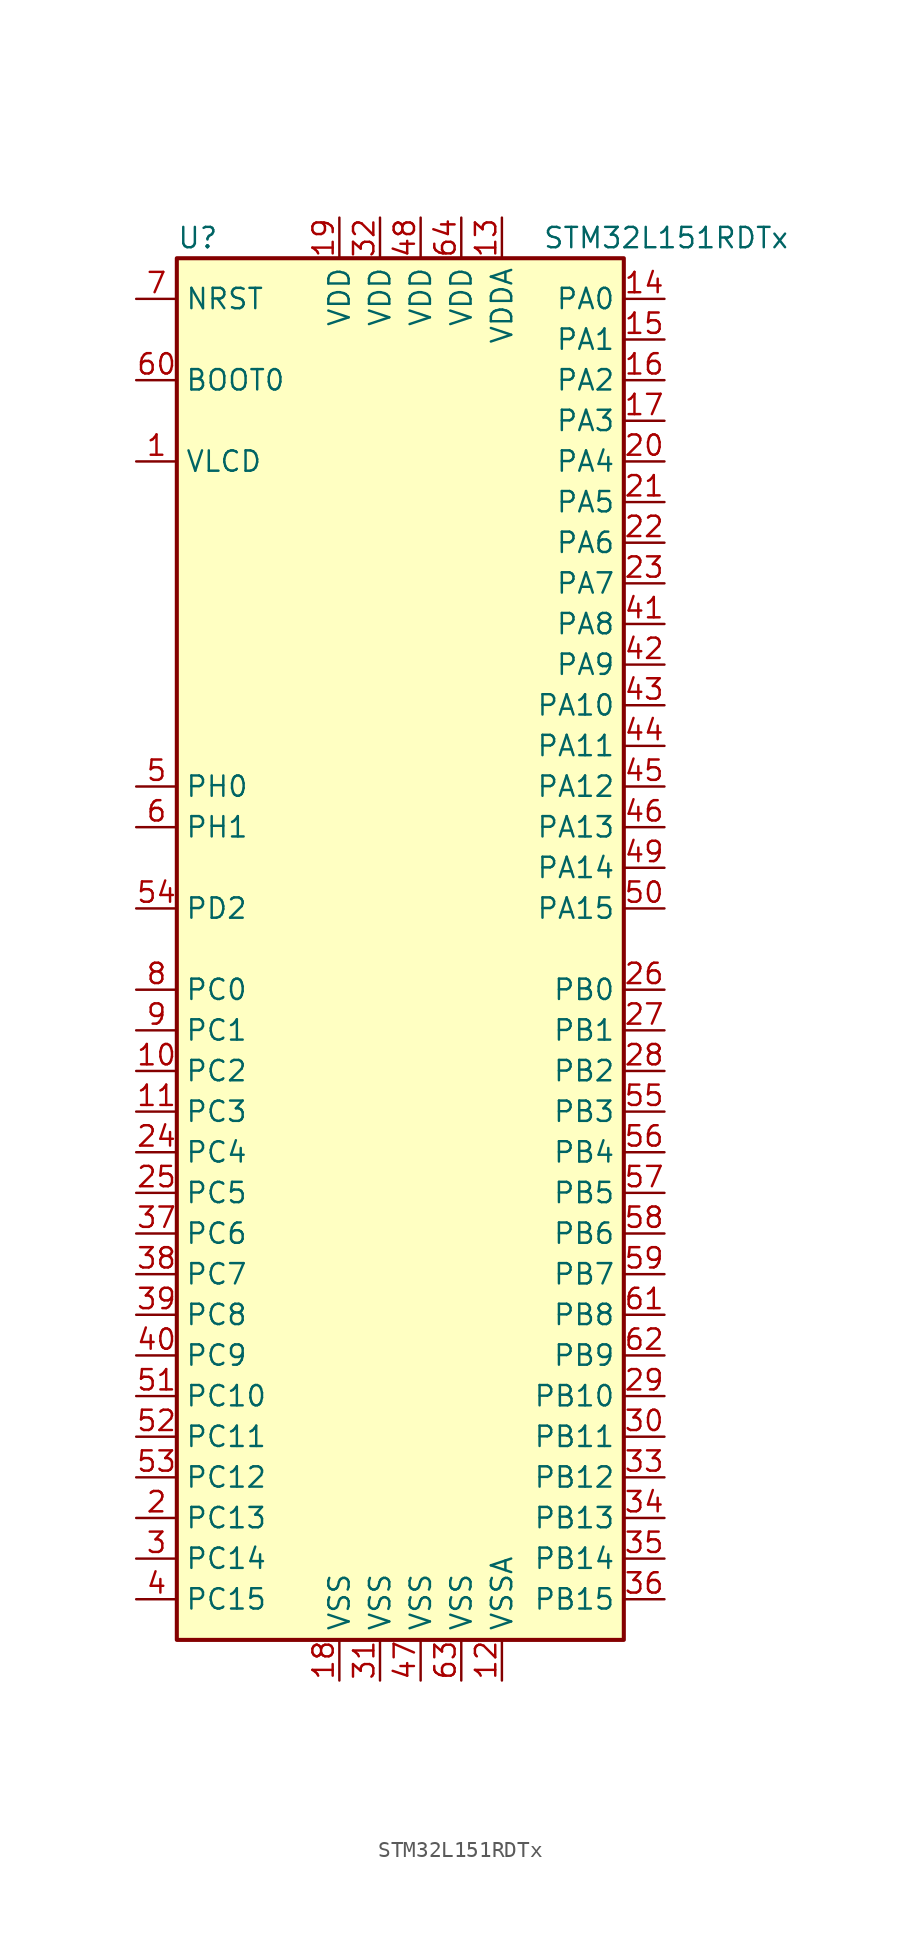
<source format=kicad_sym>
(kicad_symbol_lib
  (version 20201005)
  (generator kicad_symbol_editor)
  (symbol "STM32L151RDTx"
    (property "Reference" "U"
      (at -15.24 44.45 0)
      (effects (font (size 1.27 1.27)) (justify left)))
    (property "Value" "STM32L151RDTx"
      (at 7.62 44.45 0)
      (effects (font (size 1.27 1.27)) (justify left)))
    (symbol "STM32L151RDTx_0_1"
      (rectangle (start -15.24 -43.18) (end 12.7 43.18) (stroke (width 0.254)) (fill (type background))))
    (symbol "STM32L151RDTx_1_1"
      (pin input line (at -17.78 35.56 0) (length 2.54) (name "BOOT0" (effects (font (size 1.27 1.27)))) (number "60" (effects (font (size 1.27 1.27)))))
      (pin input line (at -17.78 40.64 0) (length 2.54) (name "NRST" (effects (font (size 1.27 1.27)))) (number "7" (effects (font (size 1.27 1.27)))))
      (pin bidirectional line (at 15.24 40.64 180) (length 2.54) (name "PA0" (effects (font (size 1.27 1.27)))) (number "14" (effects (font (size 1.27 1.27)))))
      (pin bidirectional line (at 15.24 38.1 180) (length 2.54) (name "PA1" (effects (font (size 1.27 1.27)))) (number "15" (effects (font (size 1.27 1.27)))))
      (pin bidirectional line (at 15.24 15.24 180) (length 2.54) (name "PA10" (effects (font (size 1.27 1.27)))) (number "43" (effects (font (size 1.27 1.27)))))
      (pin bidirectional line (at 15.24 12.7 180) (length 2.54) (name "PA11" (effects (font (size 1.27 1.27)))) (number "44" (effects (font (size 1.27 1.27)))))
      (pin bidirectional line (at 15.24 10.16 180) (length 2.54) (name "PA12" (effects (font (size 1.27 1.27)))) (number "45" (effects (font (size 1.27 1.27)))))
      (pin bidirectional line (at 15.24 7.62 180) (length 2.54) (name "PA13" (effects (font (size 1.27 1.27)))) (number "46" (effects (font (size 1.27 1.27)))))
      (pin bidirectional line (at 15.24 5.08 180) (length 2.54) (name "PA14" (effects (font (size 1.27 1.27)))) (number "49" (effects (font (size 1.27 1.27)))))
      (pin bidirectional line (at 15.24 2.54 180) (length 2.54) (name "PA15" (effects (font (size 1.27 1.27)))) (number "50" (effects (font (size 1.27 1.27)))))
      (pin bidirectional line (at 15.24 35.56 180) (length 2.54) (name "PA2" (effects (font (size 1.27 1.27)))) (number "16" (effects (font (size 1.27 1.27)))))
      (pin bidirectional line (at 15.24 33.02 180) (length 2.54) (name "PA3" (effects (font (size 1.27 1.27)))) (number "17" (effects (font (size 1.27 1.27)))))
      (pin bidirectional line (at 15.24 30.48 180) (length 2.54) (name "PA4" (effects (font (size 1.27 1.27)))) (number "20" (effects (font (size 1.27 1.27)))))
      (pin bidirectional line (at 15.24 27.94 180) (length 2.54) (name "PA5" (effects (font (size 1.27 1.27)))) (number "21" (effects (font (size 1.27 1.27)))))
      (pin bidirectional line (at 15.24 25.4 180) (length 2.54) (name "PA6" (effects (font (size 1.27 1.27)))) (number "22" (effects (font (size 1.27 1.27)))))
      (pin bidirectional line (at 15.24 22.86 180) (length 2.54) (name "PA7" (effects (font (size 1.27 1.27)))) (number "23" (effects (font (size 1.27 1.27)))))
      (pin bidirectional line (at 15.24 20.32 180) (length 2.54) (name "PA8" (effects (font (size 1.27 1.27)))) (number "41" (effects (font (size 1.27 1.27)))))
      (pin bidirectional line (at 15.24 17.78 180) (length 2.54) (name "PA9" (effects (font (size 1.27 1.27)))) (number "42" (effects (font (size 1.27 1.27)))))
      (pin bidirectional line (at 15.24 -2.54 180) (length 2.54) (name "PB0" (effects (font (size 1.27 1.27)))) (number "26" (effects (font (size 1.27 1.27)))))
      (pin bidirectional line (at 15.24 -5.08 180) (length 2.54) (name "PB1" (effects (font (size 1.27 1.27)))) (number "27" (effects (font (size 1.27 1.27)))))
      (pin bidirectional line (at 15.24 -27.94 180) (length 2.54) (name "PB10" (effects (font (size 1.27 1.27)))) (number "29" (effects (font (size 1.27 1.27)))))
      (pin bidirectional line (at 15.24 -30.48 180) (length 2.54) (name "PB11" (effects (font (size 1.27 1.27)))) (number "30" (effects (font (size 1.27 1.27)))))
      (pin bidirectional line (at 15.24 -33.02 180) (length 2.54) (name "PB12" (effects (font (size 1.27 1.27)))) (number "33" (effects (font (size 1.27 1.27)))))
      (pin bidirectional line (at 15.24 -35.56 180) (length 2.54) (name "PB13" (effects (font (size 1.27 1.27)))) (number "34" (effects (font (size 1.27 1.27)))))
      (pin bidirectional line (at 15.24 -38.1 180) (length 2.54) (name "PB14" (effects (font (size 1.27 1.27)))) (number "35" (effects (font (size 1.27 1.27)))))
      (pin bidirectional line (at 15.24 -40.64 180) (length 2.54) (name "PB15" (effects (font (size 1.27 1.27)))) (number "36" (effects (font (size 1.27 1.27)))))
      (pin bidirectional line (at 15.24 -7.62 180) (length 2.54) (name "PB2" (effects (font (size 1.27 1.27)))) (number "28" (effects (font (size 1.27 1.27)))))
      (pin bidirectional line (at 15.24 -10.16 180) (length 2.54) (name "PB3" (effects (font (size 1.27 1.27)))) (number "55" (effects (font (size 1.27 1.27)))))
      (pin bidirectional line (at 15.24 -12.7 180) (length 2.54) (name "PB4" (effects (font (size 1.27 1.27)))) (number "56" (effects (font (size 1.27 1.27)))))
      (pin bidirectional line (at 15.24 -15.24 180) (length 2.54) (name "PB5" (effects (font (size 1.27 1.27)))) (number "57" (effects (font (size 1.27 1.27)))))
      (pin bidirectional line (at 15.24 -17.78 180) (length 2.54) (name "PB6" (effects (font (size 1.27 1.27)))) (number "58" (effects (font (size 1.27 1.27)))))
      (pin bidirectional line (at 15.24 -20.32 180) (length 2.54) (name "PB7" (effects (font (size 1.27 1.27)))) (number "59" (effects (font (size 1.27 1.27)))))
      (pin bidirectional line (at 15.24 -22.86 180) (length 2.54) (name "PB8" (effects (font (size 1.27 1.27)))) (number "61" (effects (font (size 1.27 1.27)))))
      (pin bidirectional line (at 15.24 -25.4 180) (length 2.54) (name "PB9" (effects (font (size 1.27 1.27)))) (number "62" (effects (font (size 1.27 1.27)))))
      (pin bidirectional line (at -17.78 -2.54 0) (length 2.54) (name "PC0" (effects (font (size 1.27 1.27)))) (number "8" (effects (font (size 1.27 1.27)))))
      (pin bidirectional line (at -17.78 -5.08 0) (length 2.54) (name "PC1" (effects (font (size 1.27 1.27)))) (number "9" (effects (font (size 1.27 1.27)))))
      (pin bidirectional line (at -17.78 -27.94 0) (length 2.54) (name "PC10" (effects (font (size 1.27 1.27)))) (number "51" (effects (font (size 1.27 1.27)))))
      (pin bidirectional line (at -17.78 -30.48 0) (length 2.54) (name "PC11" (effects (font (size 1.27 1.27)))) (number "52" (effects (font (size 1.27 1.27)))))
      (pin bidirectional line (at -17.78 -33.02 0) (length 2.54) (name "PC12" (effects (font (size 1.27 1.27)))) (number "53" (effects (font (size 1.27 1.27)))))
      (pin bidirectional line (at -17.78 -35.56 0) (length 2.54) (name "PC13" (effects (font (size 1.27 1.27)))) (number "2" (effects (font (size 1.27 1.27)))))
      (pin bidirectional line (at -17.78 -38.1 0) (length 2.54) (name "PC14" (effects (font (size 1.27 1.27)))) (number "3" (effects (font (size 1.27 1.27)))))
      (pin bidirectional line (at -17.78 -40.64 0) (length 2.54) (name "PC15" (effects (font (size 1.27 1.27)))) (number "4" (effects (font (size 1.27 1.27)))))
      (pin bidirectional line (at -17.78 -7.62 0) (length 2.54) (name "PC2" (effects (font (size 1.27 1.27)))) (number "10" (effects (font (size 1.27 1.27)))))
      (pin bidirectional line (at -17.78 -10.16 0) (length 2.54) (name "PC3" (effects (font (size 1.27 1.27)))) (number "11" (effects (font (size 1.27 1.27)))))
      (pin bidirectional line (at -17.78 -12.7 0) (length 2.54) (name "PC4" (effects (font (size 1.27 1.27)))) (number "24" (effects (font (size 1.27 1.27)))))
      (pin bidirectional line (at -17.78 -15.24 0) (length 2.54) (name "PC5" (effects (font (size 1.27 1.27)))) (number "25" (effects (font (size 1.27 1.27)))))
      (pin bidirectional line (at -17.78 -17.78 0) (length 2.54) (name "PC6" (effects (font (size 1.27 1.27)))) (number "37" (effects (font (size 1.27 1.27)))))
      (pin bidirectional line (at -17.78 -20.32 0) (length 2.54) (name "PC7" (effects (font (size 1.27 1.27)))) (number "38" (effects (font (size 1.27 1.27)))))
      (pin bidirectional line (at -17.78 -22.86 0) (length 2.54) (name "PC8" (effects (font (size 1.27 1.27)))) (number "39" (effects (font (size 1.27 1.27)))))
      (pin bidirectional line (at -17.78 -25.4 0) (length 2.54) (name "PC9" (effects (font (size 1.27 1.27)))) (number "40" (effects (font (size 1.27 1.27)))))
      (pin bidirectional line (at -17.78 2.54 0) (length 2.54) (name "PD2" (effects (font (size 1.27 1.27)))) (number "54" (effects (font (size 1.27 1.27)))))
      (pin input line (at -17.78 10.16 0) (length 2.54) (name "PH0" (effects (font (size 1.27 1.27)))) (number "5" (effects (font (size 1.27 1.27)))))
      (pin input line (at -17.78 7.62 0) (length 2.54) (name "PH1" (effects (font (size 1.27 1.27)))) (number "6" (effects (font (size 1.27 1.27)))))
      (pin power_in line (at -5.08 45.72 270) (length 2.54) (name "VDD" (effects (font (size 1.27 1.27)))) (number "19" (effects (font (size 1.27 1.27)))))
      (pin power_in line (at -2.54 45.72 270) (length 2.54) (name "VDD" (effects (font (size 1.27 1.27)))) (number "32" (effects (font (size 1.27 1.27)))))
      (pin power_in line (at 0 45.72 270) (length 2.54) (name "VDD" (effects (font (size 1.27 1.27)))) (number "48" (effects (font (size 1.27 1.27)))))
      (pin power_in line (at 2.54 45.72 270) (length 2.54) (name "VDD" (effects (font (size 1.27 1.27)))) (number "64" (effects (font (size 1.27 1.27)))))
      (pin power_in line (at 5.08 45.72 270) (length 2.54) (name "VDDA" (effects (font (size 1.27 1.27)))) (number "13" (effects (font (size 1.27 1.27)))))
      (pin power_in line (at -17.78 30.48 0) (length 2.54) (name "VLCD" (effects (font (size 1.27 1.27)))) (number "1" (effects (font (size 1.27 1.27)))))
      (pin power_in line (at -5.08 -45.72 90) (length 2.54) (name "VSS" (effects (font (size 1.27 1.27)))) (number "18" (effects (font (size 1.27 1.27)))))
      (pin power_in line (at -2.54 -45.72 90) (length 2.54) (name "VSS" (effects (font (size 1.27 1.27)))) (number "31" (effects (font (size 1.27 1.27)))))
      (pin power_in line (at 0 -45.72 90) (length 2.54) (name "VSS" (effects (font (size 1.27 1.27)))) (number "47" (effects (font (size 1.27 1.27)))))
      (pin power_in line (at 2.54 -45.72 90) (length 2.54) (name "VSS" (effects (font (size 1.27 1.27)))) (number "63" (effects (font (size 1.27 1.27)))))
      (pin power_in line (at 5.08 -45.72 90) (length 2.54) (name "VSSA" (effects (font (size 1.27 1.27)))) (number "12" (effects (font (size 1.27 1.27))))))))
</source>
